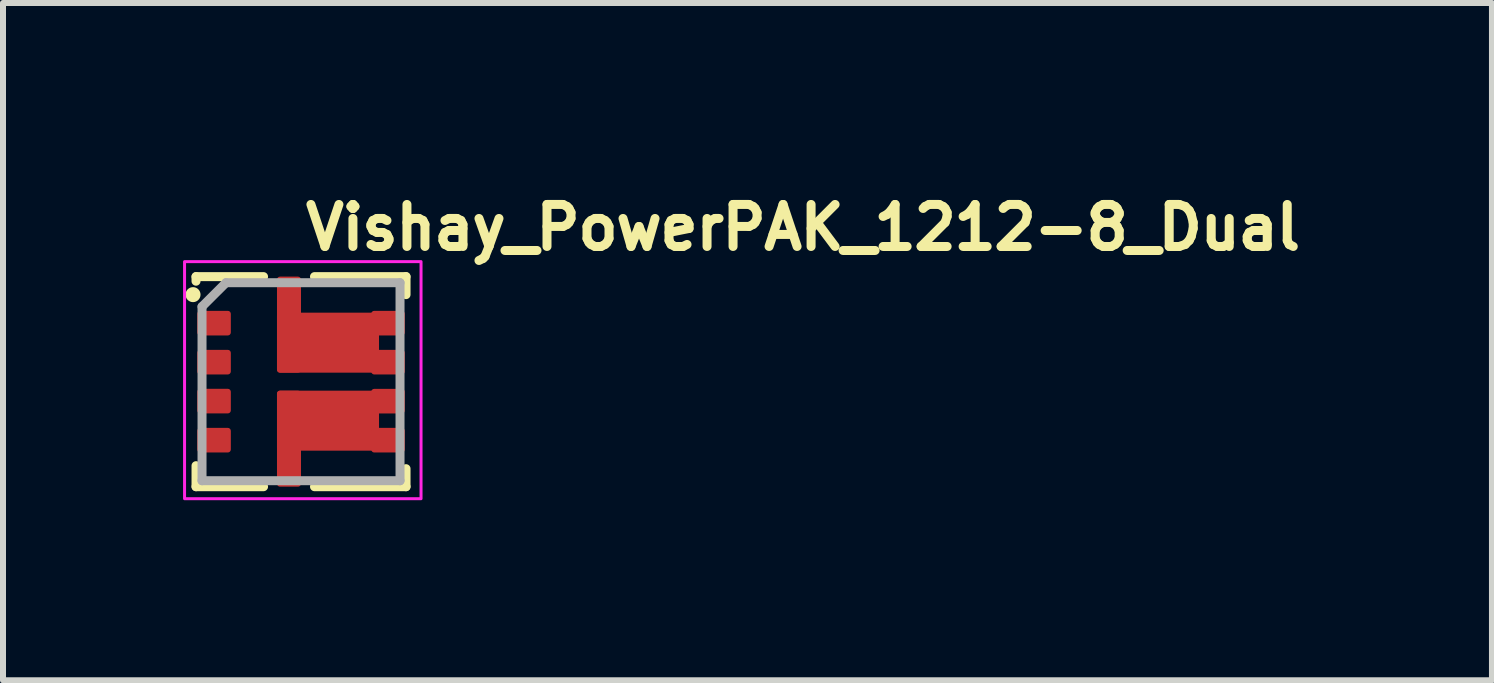
<source format=kicad_pcb>
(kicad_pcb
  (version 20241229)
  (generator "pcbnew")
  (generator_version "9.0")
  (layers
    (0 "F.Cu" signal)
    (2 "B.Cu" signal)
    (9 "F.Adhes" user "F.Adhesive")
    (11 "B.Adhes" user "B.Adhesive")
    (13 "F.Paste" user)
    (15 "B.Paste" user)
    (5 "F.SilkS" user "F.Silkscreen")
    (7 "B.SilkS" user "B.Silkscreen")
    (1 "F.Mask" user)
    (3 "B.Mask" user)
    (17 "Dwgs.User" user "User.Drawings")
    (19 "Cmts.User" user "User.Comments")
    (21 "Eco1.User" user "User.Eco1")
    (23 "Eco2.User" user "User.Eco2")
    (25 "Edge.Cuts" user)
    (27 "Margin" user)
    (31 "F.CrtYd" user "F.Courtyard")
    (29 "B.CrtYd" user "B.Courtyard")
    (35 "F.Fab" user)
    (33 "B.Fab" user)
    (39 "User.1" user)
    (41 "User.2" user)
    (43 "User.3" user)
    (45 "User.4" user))
  (footprint "Vishay_PowerPAK_1212-8_Dual"
    (layer "F.Cu")
    (at 1.965 3.309)
    (property "Reference" "Vishay_PowerPAK_1212-8_Dual" (at 0 -2.159 0) (layer "F.SilkS") (effects (font (size 0.7 0.7) (thickness 0.15)) (justify left bottom)))
    (attr smd)
    (fp_line (start -1.749 -1.75) (end -0.624 -1.75) (stroke (width 0.15) (type solid)) (layer "F.SilkS"))
    (fp_line (start -1.749 -1.674) (end -1.749 -1.75) (stroke (width 0.15) (type solid)) (layer "F.SilkS"))
    (fp_line (start -1.749 1.4) (end -1.749 1.75) (stroke (width 0.15) (type solid)) (layer "F.SilkS"))
    (fp_line (start -1.749 1.75) (end -0.624 1.75) (stroke (width 0.15) (type solid)) (layer "F.SilkS"))
    (fp_line (start 0.225 -1.75) (end 1.75 -1.75) (stroke (width 0.15) (type solid)) (layer "F.SilkS"))
    (fp_line (start 1.75 -1.75) (end 1.75 -1.45) (stroke (width 0.15) (type solid)) (layer "F.SilkS"))
    (fp_line (start 1.75 1.45) (end 1.75 1.75) (stroke (width 0.15) (type solid)) (layer "F.SilkS"))
    (fp_line (start 1.75 1.75) (end 0.225 1.75) (stroke (width 0.15) (type solid)) (layer "F.SilkS"))
    (fp_circle (center -1.799 -1.45) (end -1.749 -1.45) (stroke (width 0.15) (type solid)) (fill yes) (layer "F.SilkS"))
    (fp_rect (start -1.94 -2) (end 2 1.95) (stroke (width 0.05) (type solid)) (fill no) (layer "F.CrtYd"))
    (fp_line (start -1.649 -1.25) (end -1.649 1.65) (stroke (width 0.15) (type solid)) (layer "F.Fab"))
    (fp_line (start -1.249 -1.649) (end -1.649 -1.25) (stroke (width 0.15) (type solid)) (layer "F.Fab"))
    (fp_line (start -1.249 -1.649) (end 1.65 -1.649) (stroke (width 0.15) (type solid)) (layer "F.Fab"))
    (fp_line (start 1.65 -1.649) (end 1.65 1.65) (stroke (width 0.15) (type solid)) (layer "F.Fab"))
    (fp_line (start 1.65 1.65) (end -1.649 1.65) (stroke (width 0.15) (type solid)) (layer "F.Fab"))
    (fp_rect (start -1.649 -1.649) (end 1.65 1.65) (stroke (width 0.15) (type solid)) (fill no) (layer "User.5"))
    (fp_line (start -1.524 -1.524) (end -1.524 -1.125) (stroke (width 0.01) (type solid)) (layer "User.9"))
    (fp_line (start -1.524 -0.825) (end -1.524 -0.475) (stroke (width 0.01) (type solid)) (layer "User.9"))
    (fp_line (start -1.524 -0.174) (end -1.524 0.175) (stroke (width 0.01) (type solid)) (layer "User.9"))
    (fp_line (start -1.524 0.474) (end -1.524 0.824) (stroke (width 0.01) (type solid)) (layer "User.9"))
    (fp_line (start -1.524 1.125) (end -1.524 1.525) (stroke (width 0.01) (type solid)) (layer "User.9"))
    (fp_line (start -1.524 1.525) (end -0.325 1.525) (stroke (width 0.01) (type solid)) (layer "User.9"))
    (fp_line (start -0.325 -1.524) (end -1.524 -1.524) (stroke (width 0.01) (type solid)) (layer "User.9"))
    (fp_line (start -0.073 1.525) (end 1.525 1.525) (stroke (width 0.01) (type solid)) (layer "User.9"))
    (fp_line (start 1.525 -1.524) (end -0.073 -1.524) (stroke (width 0.01) (type solid)) (layer "User.9"))
    (fp_line (start 1.525 -1.125) (end 1.525 -1.524) (stroke (width 0.01) (type solid)) (layer "User.9"))
    (fp_line (start 1.525 -1.125) (end 1.65 -1.125) (stroke (width 0.01) (type solid)) (layer "User.9"))
    (fp_line (start 1.525 -0.825) (end 1.525 -1.125) (stroke (width 0.01) (type solid)) (layer "User.9"))
    (fp_line (start 1.525 -0.475) (end 1.525 -0.825) (stroke (width 0.01) (type solid)) (layer "User.9"))
    (fp_line (start 1.525 -0.475) (end 1.65 -0.475) (stroke (width 0.01) (type solid)) (layer "User.9"))
    (fp_line (start 1.525 -0.174) (end 1.525 -0.475) (stroke (width 0.01) (type solid)) (layer "User.9"))
    (fp_line (start 1.525 0.175) (end 1.525 -0.174) (stroke (width 0.01) (type solid)) (layer "User.9"))
    (fp_line (start 1.525 0.824) (end 1.525 0.474) (stroke (width 0.01) (type solid)) (layer "User.9"))
    (fp_line (start 1.525 1.525) (end 1.525 1.125) (stroke (width 0.01) (type solid)) (layer "User.9"))
    (fp_line (start 1.65 -1.125) (end 1.65 -0.825) (stroke (width 0.01) (type solid)) (layer "User.9"))
    (fp_line (start 1.65 -0.825) (end 1.525 -0.825) (stroke (width 0.01) (type solid)) (layer "User.9"))
    (fp_line (start 1.65 -0.475) (end 1.65 -0.174) (stroke (width 0.01) (type solid)) (layer "User.9"))
    (fp_line (start 1.65 -0.174) (end 1.525 -0.174) (stroke (width 0.01) (type solid)) (layer "User.9"))
    (fp_rect (start -1.649 -1.125) (end -1.524 -0.825) (stroke (width 0.01) (type solid)) (fill no) (layer "User.9"))
    (fp_rect (start -1.649 -0.475) (end -1.524 -0.174) (stroke (width 0.01) (type solid)) (fill no) (layer "User.9"))
    (fp_rect (start -1.649 0.175) (end -1.524 0.474) (stroke (width 0.01) (type solid)) (fill no) (layer "User.9"))
    (fp_rect (start -1.649 0.824) (end -1.524 1.125) (stroke (width 0.01) (type solid)) (fill no) (layer "User.9"))
    (fp_rect (start -0.325 -1.649) (end -0.073 -1.524) (stroke (width 0.01) (type solid)) (fill no) (layer "User.9"))
    (fp_rect (start -0.325 1.525) (end -0.073 1.65) (stroke (width 0.01) (type solid)) (fill no) (layer "User.9"))
    (fp_rect (start 1.525 0.175) (end 1.65 0.474) (stroke (width 0.01) (type solid)) (fill no) (layer "User.9"))
    (fp_rect (start 1.525 0.824) (end 1.65 1.125) (stroke (width 0.01) (type solid)) (fill no) (layer "User.9"))
    (pad "1" smd roundrect (at -1.449 -0.975) (size 0.56 0.41) (layers "F.Cu" "F.Mask" "F.Paste") (roundrect_rratio 0.122))
    (pad "2" smd roundrect (at -1.449 -0.325) (size 0.56 0.41) (layers "F.Cu" "F.Mask" "F.Paste") (roundrect_rratio 0.122))
    (pad "3" smd roundrect (at -1.449 0.324) (size 0.56 0.41) (layers "F.Cu" "F.Mask" "F.Paste") (roundrect_rratio 0.122))
    (pad "4" smd roundrect (at -1.449 0.975) (size 0.56 0.41) (layers "F.Cu" "F.Mask" "F.Paste") (roundrect_rratio 0.122))
    (pad "5" smd roundrect (at -0.2 0.95 180) (size 0.4 1.6) (layers "F.Cu" "F.Mask" "F.Paste") (roundrect_rratio 0.125))
    (pad "5" smd roundrect (at 0.45 0.65 180) (size 1.7 1) (layers "F.Cu" "F.Mask" "F.Paste") (roundrect_rratio 0.05))
    (pad "5" smd roundrect (at 1.45 0.325 180) (size 0.56 0.41) (layers "F.Cu" "F.Mask" "F.Paste") (roundrect_rratio 0.122))
    (pad "5" smd roundrect (at 1.45 0.975 180) (size 0.56 0.41) (layers "F.Cu" "F.Mask" "F.Paste") (roundrect_rratio 0.122))
    (pad "6" smd roundrect (at -0.2 -0.95) (size 0.4 1.6) (layers "F.Cu" "F.Mask" "F.Paste") (roundrect_rratio 0.125))
    (pad "6" smd roundrect (at 0.45 -0.65) (size 1.7 1) (layers "F.Cu" "F.Mask" "F.Paste") (roundrect_rratio 0.05))
    (pad "6" smd roundrect (at 1.45 -0.975) (size 0.56 0.41) (layers "F.Cu" "F.Mask" "F.Paste") (roundrect_rratio 0.122))
    (pad "6" smd roundrect (at 1.45 -0.325) (size 0.56 0.41) (layers "F.Cu" "F.Mask" "F.Paste") (roundrect_rratio 0.122)))
  (gr_rect
    (start -3 -3)
    (end 21.808 8.284)
    (stroke (width 0.1) (type default))
    (fill no)
    (layer "Edge.Cuts")))
</source>
